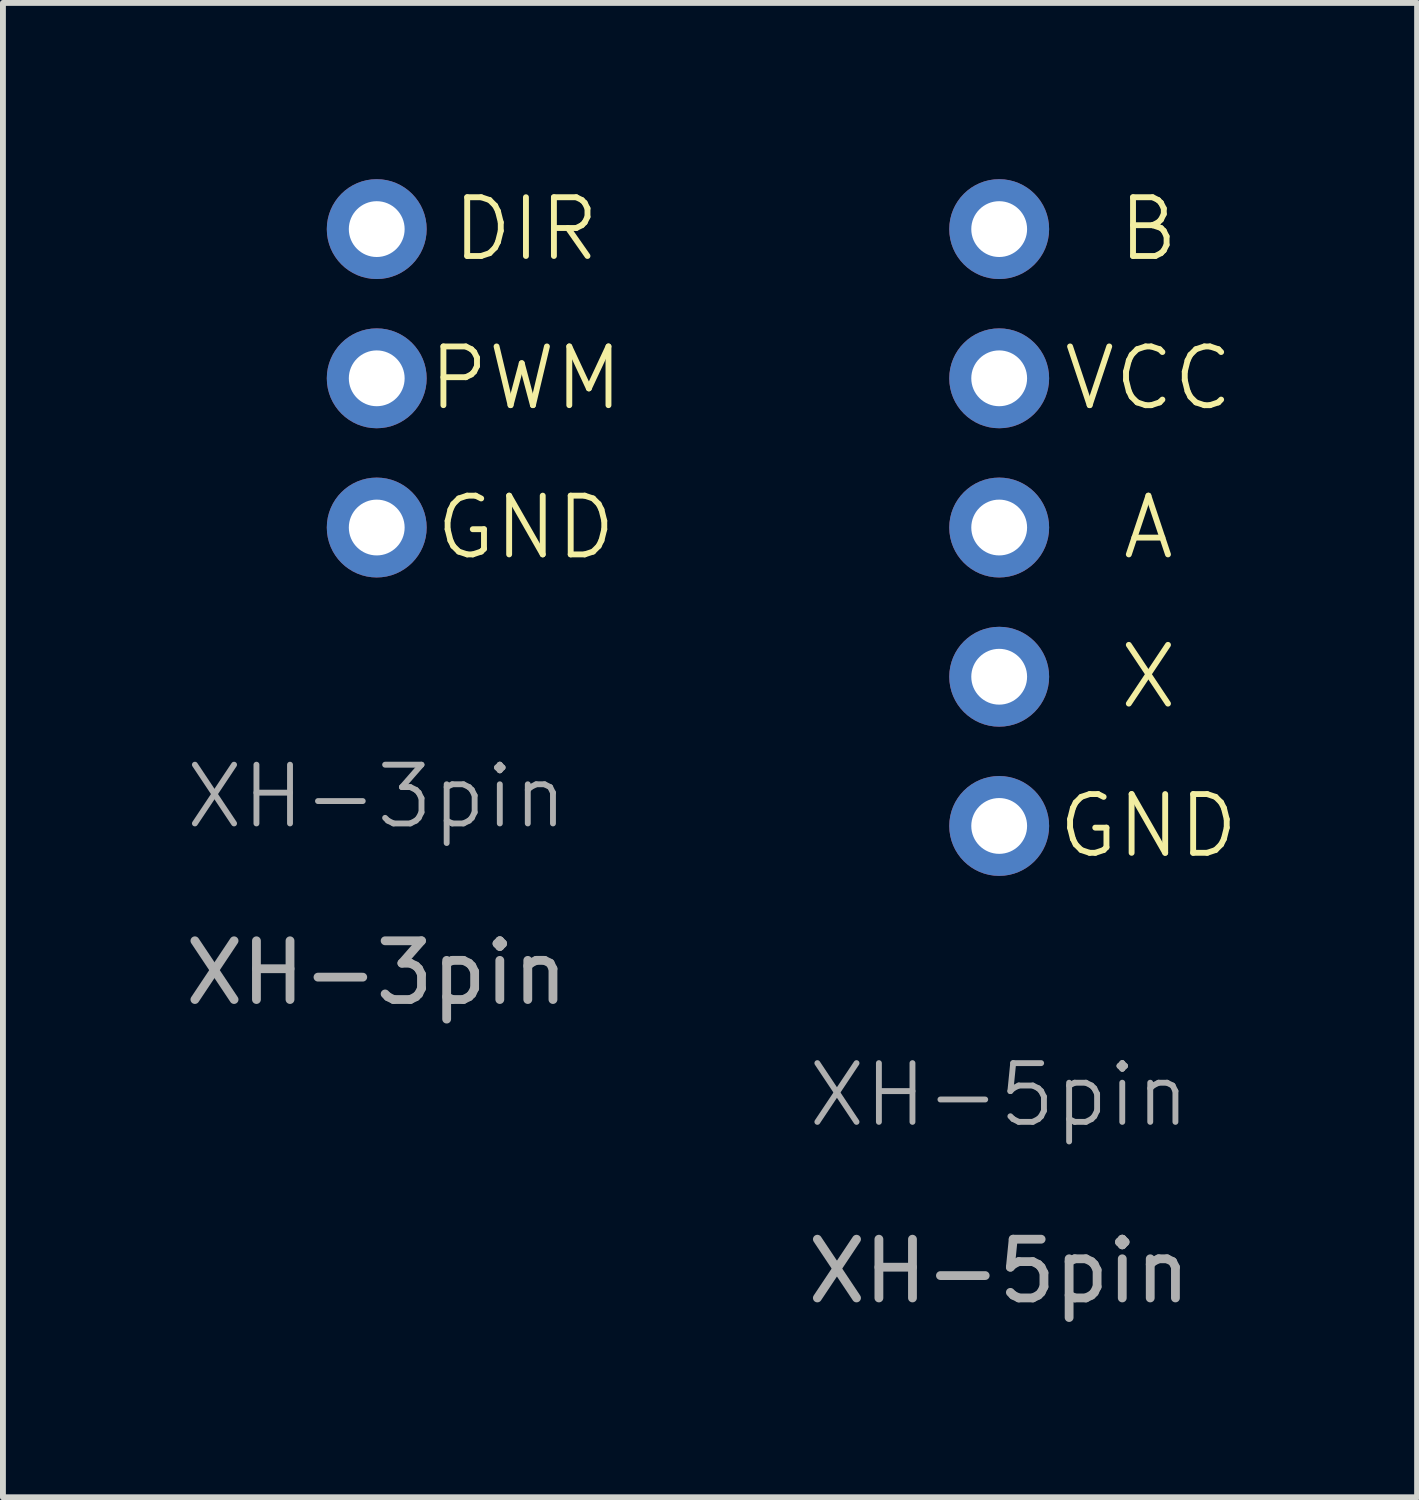
<source format=kicad_pcb>
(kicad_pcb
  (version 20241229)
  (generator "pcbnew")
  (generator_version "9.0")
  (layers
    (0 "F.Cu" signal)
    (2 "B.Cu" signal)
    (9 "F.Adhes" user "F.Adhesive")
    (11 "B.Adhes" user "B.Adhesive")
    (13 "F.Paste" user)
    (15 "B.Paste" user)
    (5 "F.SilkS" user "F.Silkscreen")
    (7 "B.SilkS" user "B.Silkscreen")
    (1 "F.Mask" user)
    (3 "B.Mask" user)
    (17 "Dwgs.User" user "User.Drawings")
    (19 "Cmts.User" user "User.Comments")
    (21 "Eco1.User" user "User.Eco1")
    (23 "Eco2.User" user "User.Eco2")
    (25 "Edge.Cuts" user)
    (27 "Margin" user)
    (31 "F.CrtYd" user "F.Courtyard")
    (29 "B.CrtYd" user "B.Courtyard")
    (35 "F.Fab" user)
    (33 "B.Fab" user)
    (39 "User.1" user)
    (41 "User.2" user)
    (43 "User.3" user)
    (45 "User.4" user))
  (footprint "XH-3pin"
    (layer "F.Cu")
    (at 3.363 11.01)
    (property "Reference" "XH-3pin" (at 0 -0.5 0) (unlocked yes) (layer "F.Fab") (effects (font (size 1 1) (thickness 0.1))))
    (attr through_hole)
    (fp_text user "GND" (at 2.54 -5.08 0) (unlocked yes) (layer "F.SilkS") (effects (font (size 1 1) (thickness 0.1))))
    (fp_text user "PWM" (at 2.54 -7.62 0) (unlocked yes) (layer "F.SilkS") (effects (font (size 1 1) (thickness 0.1))))
    (fp_text user "DIR" (at 2.54 -10.16 0) (unlocked yes) (layer "F.SilkS") (effects (font (size 1 1) (thickness 0.1))))
    (fp_text user "${REFERENCE}" (at 0 2.5 0) (unlocked yes) (layer "F.Fab") (effects (font (size 1 1) (thickness 0.15))))
    (pad "1" thru_hole circle (at 0 -10.16) (size 1.7 1.7) (drill 0.95) (layers "*.Cu" "*.Mask"))
    (pad "2" thru_hole circle (at 0 -7.62) (size 1.7 1.7) (drill 0.95) (layers "*.Cu" "*.Mask"))
    (pad "3" thru_hole circle (at 0 -5.08) (size 1.7 1.7) (drill 0.95) (layers "*.Cu" "*.Mask")))
  (footprint "XH-5pin"
    (layer "F.Cu")
    (at 13.959 16.09)
    (property "Reference" "XH-5pin" (at 0 -0.5 0) (unlocked yes) (layer "F.Fab") (effects (font (size 1 1) (thickness 0.1))))
    (attr through_hole)
    (fp_text user "VCC" (at 2.54 -12.7 0) (unlocked yes) (layer "F.SilkS") (effects (font (size 1 1) (thickness 0.1))))
    (fp_text user "B" (at 2.54 -15.24 0) (unlocked yes) (layer "F.SilkS") (effects (font (size 1 1) (thickness 0.1))))
    (fp_text user "GND" (at 2.54 -5.08 0) (unlocked yes) (layer "F.SilkS") (effects (font (size 1 1) (thickness 0.1))))
    (fp_text user "X" (at 2.54 -7.62 0) (unlocked yes) (layer "F.SilkS") (effects (font (size 1 1) (thickness 0.1))))
    (fp_text user "A" (at 2.54 -10.16 0) (unlocked yes) (layer "F.SilkS") (effects (font (size 1 1) (thickness 0.1))))
    (fp_text user "${REFERENCE}" (at 0 2.5 0) (unlocked yes) (layer "F.Fab") (effects (font (size 1 1) (thickness 0.15))))
    (pad "1" thru_hole circle (at 0 -15.24) (size 1.7 1.7) (drill 0.95) (layers "*.Cu" "*.Mask"))
    (pad "2" thru_hole circle (at 0 -12.7) (size 1.7 1.7) (drill 0.95) (layers "*.Cu" "*.Mask"))
    (pad "3" thru_hole circle (at 0 -10.16) (size 1.7 1.7) (drill 0.95) (layers "*.Cu" "*.Mask"))
    (pad "4" thru_hole circle (at 0 -7.62) (size 1.7 1.7) (drill 0.95) (layers "*.Cu" "*.Mask"))
    (pad "5" thru_hole circle (at 0 -5.08) (size 1.7 1.7) (drill 0.95) (layers "*.Cu" "*.Mask")))
  (gr_rect
    (start -3 -3)
    (end 21.073 22.438)
    (stroke (width 0.1) (type default))
    (fill no)
    (layer "Edge.Cuts")))
</source>
